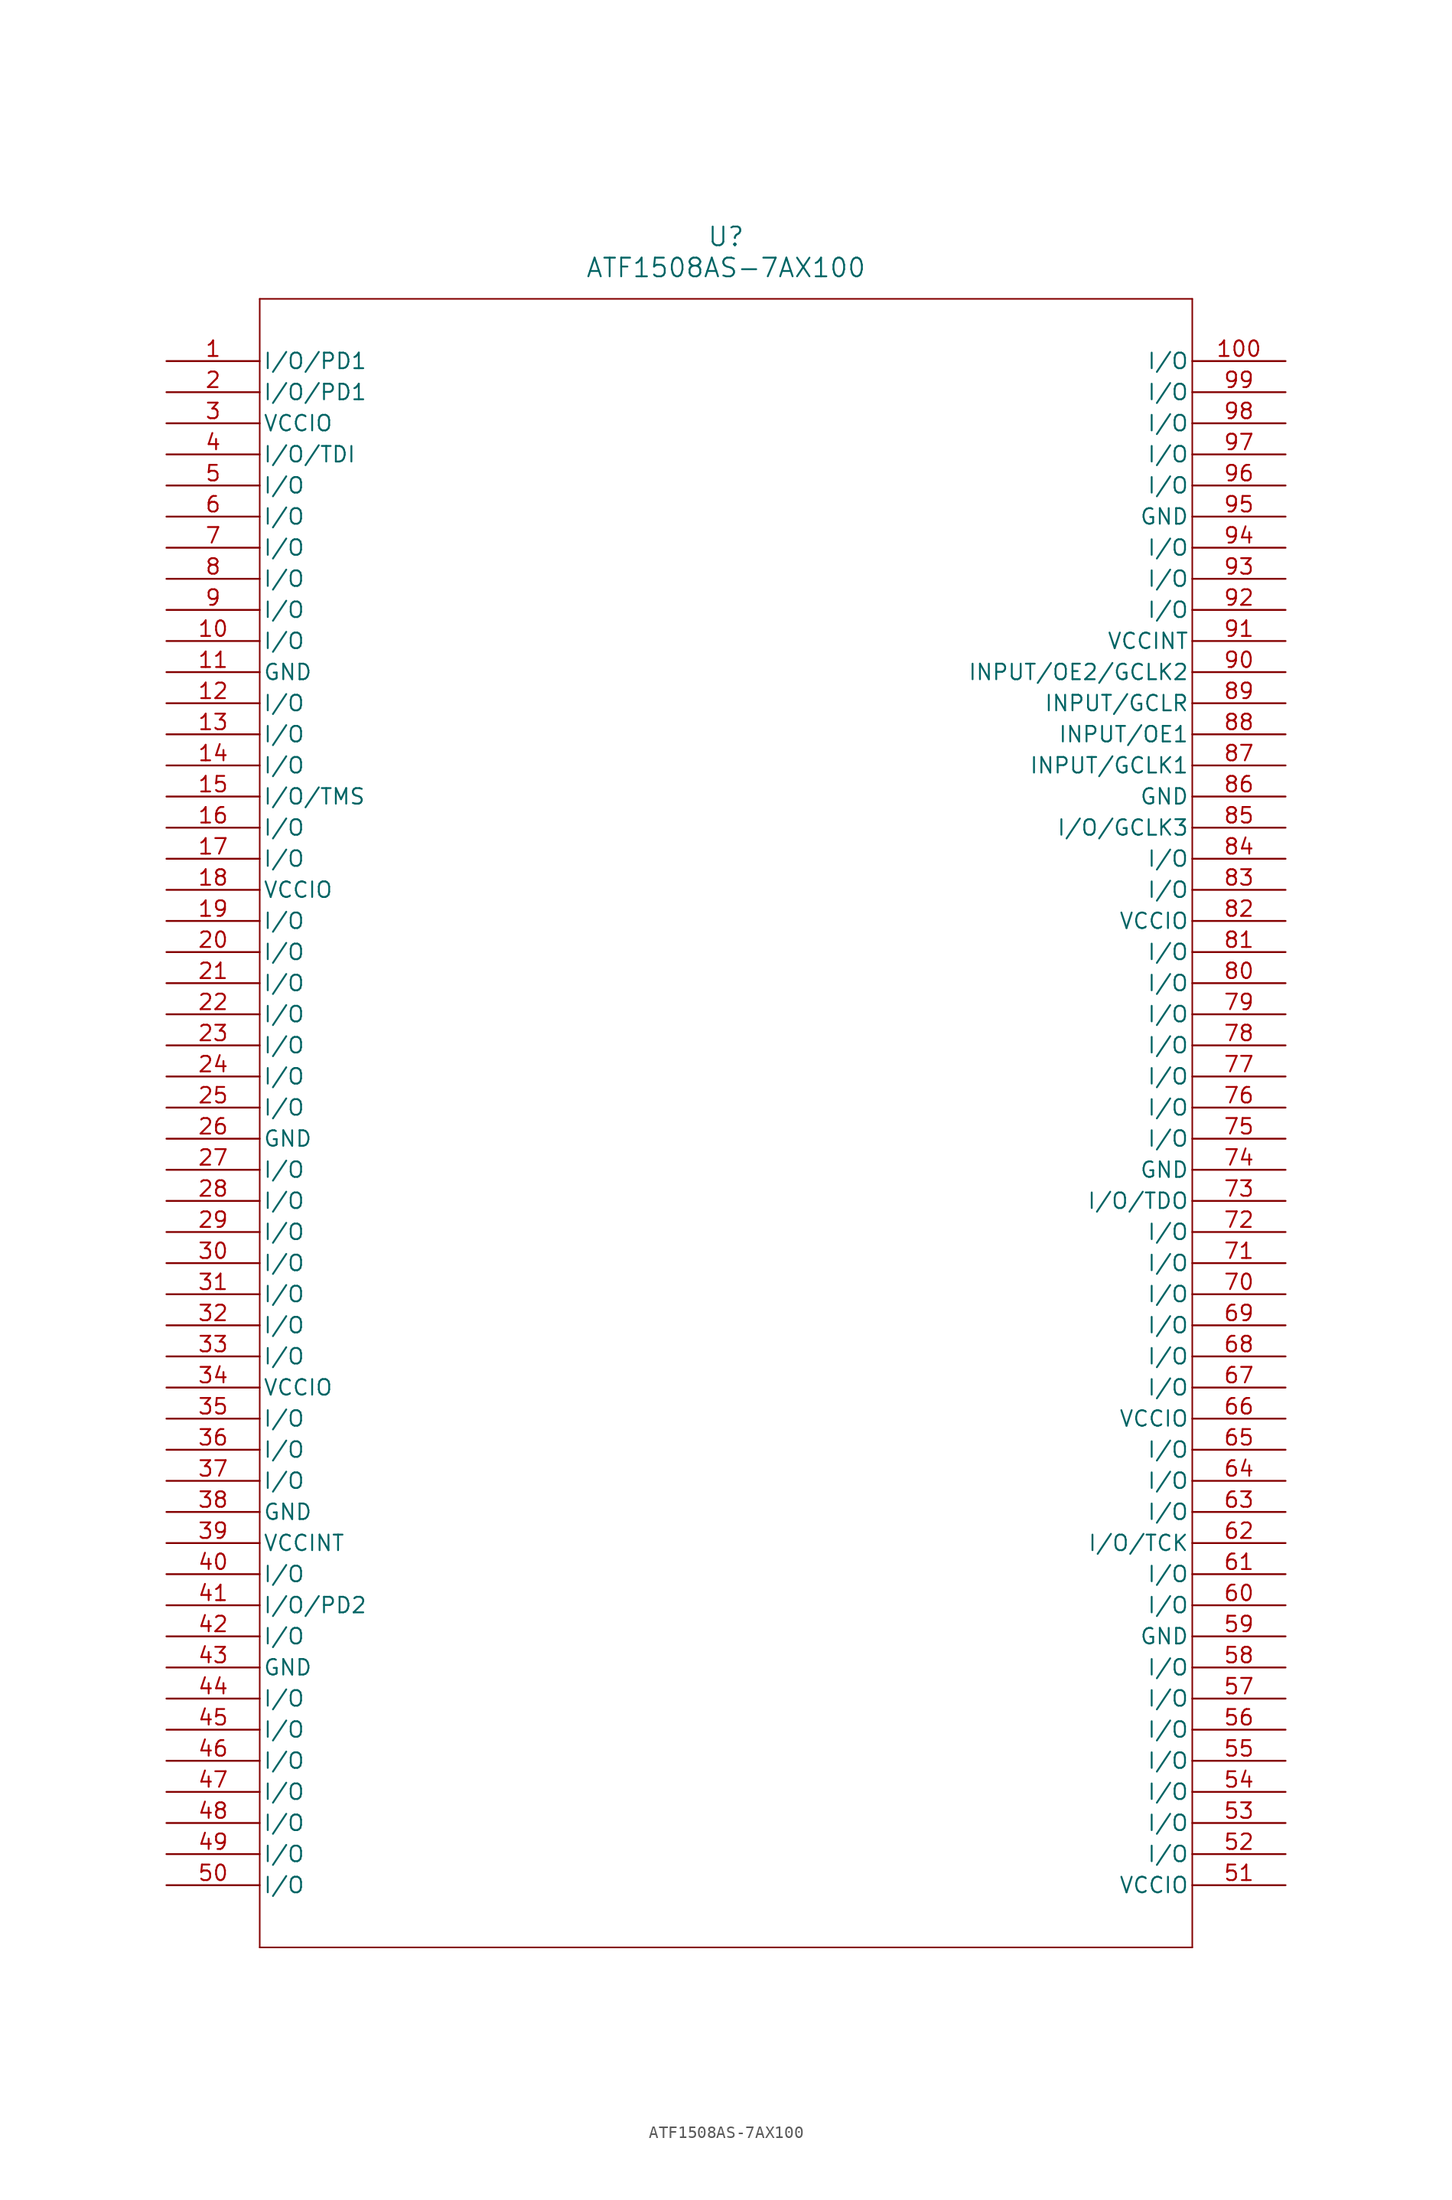
<source format=kicad_sym>
(kicad_symbol_lib
  (version 20241209)
  (generator "kicad_symbol_editor")
  (generator_version "9.0")
  (symbol "ATF1508AS-7AX100"
    (pin_names
      (offset 0.254))
    (property "Reference" "U"
      (at 45.72 10.16 0)
      (effects (font (size 1.524 1.524))))
    (property "Value" "ATF1508AS-7AX100"
      (at 45.72 7.62 0)
      (effects (font (size 1.524 1.524))))
    (property "ki_locked" ""
      (at 0 0 0)
      (effects (font (size 1.27 1.27))))
    (symbol "ATF1508AS-7AX100_0_1"
      (polyline (pts (xy 7.62 5.08) (xy 7.62 -129.54)) (stroke (width 0.127) (type default)) (fill (type none)))
      (polyline (pts (xy 7.62 -129.54) (xy 83.82 -129.54)) (stroke (width 0.127) (type default)) (fill (type none)))
      (polyline (pts (xy 83.82 5.08) (xy 7.62 5.08)) (stroke (width 0.127) (type default)) (fill (type none)))
      (polyline (pts (xy 83.82 -129.54) (xy 83.82 5.08)) (stroke (width 0.127) (type default)) (fill (type none)))
      (pin bidirectional line (at 0 0 0) (length 7.62) (name "I/O/PD1" (effects (font (size 1.27 1.27)))) (number "1" (effects (font (size 1.27 1.27)))))
      (pin bidirectional line (at 0 -2.54 0) (length 7.62) (name "I/O/PD1" (effects (font (size 1.27 1.27)))) (number "2" (effects (font (size 1.27 1.27)))))
      (pin power_in line (at 0 -5.08 0) (length 7.62) (name "VCCIO" (effects (font (size 1.27 1.27)))) (number "3" (effects (font (size 1.27 1.27)))))
      (pin bidirectional line (at 0 -7.62 0) (length 7.62) (name "I/O/TDI" (effects (font (size 1.27 1.27)))) (number "4" (effects (font (size 1.27 1.27)))))
      (pin bidirectional line (at 0 -10.16 0) (length 7.62) (name "I/O" (effects (font (size 1.27 1.27)))) (number "5" (effects (font (size 1.27 1.27)))))
      (pin bidirectional line (at 0 -12.7 0) (length 7.62) (name "I/O" (effects (font (size 1.27 1.27)))) (number "6" (effects (font (size 1.27 1.27)))))
      (pin bidirectional line (at 0 -15.24 0) (length 7.62) (name "I/O" (effects (font (size 1.27 1.27)))) (number "7" (effects (font (size 1.27 1.27)))))
      (pin bidirectional line (at 0 -17.78 0) (length 7.62) (name "I/O" (effects (font (size 1.27 1.27)))) (number "8" (effects (font (size 1.27 1.27)))))
      (pin bidirectional line (at 0 -20.32 0) (length 7.62) (name "I/O" (effects (font (size 1.27 1.27)))) (number "9" (effects (font (size 1.27 1.27)))))
      (pin bidirectional line (at 0 -22.86 0) (length 7.62) (name "I/O" (effects (font (size 1.27 1.27)))) (number "10" (effects (font (size 1.27 1.27)))))
      (pin power_in line (at 0 -25.4 0) (length 7.62) (name "GND" (effects (font (size 1.27 1.27)))) (number "11" (effects (font (size 1.27 1.27)))))
      (pin bidirectional line (at 0 -27.94 0) (length 7.62) (name "I/O" (effects (font (size 1.27 1.27)))) (number "12" (effects (font (size 1.27 1.27)))))
      (pin bidirectional line (at 0 -30.48 0) (length 7.62) (name "I/O" (effects (font (size 1.27 1.27)))) (number "13" (effects (font (size 1.27 1.27)))))
      (pin bidirectional line (at 0 -33.02 0) (length 7.62) (name "I/O" (effects (font (size 1.27 1.27)))) (number "14" (effects (font (size 1.27 1.27)))))
      (pin bidirectional line (at 0 -35.56 0) (length 7.62) (name "I/O/TMS" (effects (font (size 1.27 1.27)))) (number "15" (effects (font (size 1.27 1.27)))))
      (pin bidirectional line (at 0 -38.1 0) (length 7.62) (name "I/O" (effects (font (size 1.27 1.27)))) (number "16" (effects (font (size 1.27 1.27)))))
      (pin bidirectional line (at 0 -40.64 0) (length 7.62) (name "I/O" (effects (font (size 1.27 1.27)))) (number "17" (effects (font (size 1.27 1.27)))))
      (pin power_in line (at 0 -43.18 0) (length 7.62) (name "VCCIO" (effects (font (size 1.27 1.27)))) (number "18" (effects (font (size 1.27 1.27)))))
      (pin bidirectional line (at 0 -45.72 0) (length 7.62) (name "I/O" (effects (font (size 1.27 1.27)))) (number "19" (effects (font (size 1.27 1.27)))))
      (pin bidirectional line (at 0 -48.26 0) (length 7.62) (name "I/O" (effects (font (size 1.27 1.27)))) (number "20" (effects (font (size 1.27 1.27)))))
      (pin bidirectional line (at 0 -50.8 0) (length 7.62) (name "I/O" (effects (font (size 1.27 1.27)))) (number "21" (effects (font (size 1.27 1.27)))))
      (pin bidirectional line (at 0 -53.34 0) (length 7.62) (name "I/O" (effects (font (size 1.27 1.27)))) (number "22" (effects (font (size 1.27 1.27)))))
      (pin bidirectional line (at 0 -55.88 0) (length 7.62) (name "I/O" (effects (font (size 1.27 1.27)))) (number "23" (effects (font (size 1.27 1.27)))))
      (pin bidirectional line (at 0 -58.42 0) (length 7.62) (name "I/O" (effects (font (size 1.27 1.27)))) (number "24" (effects (font (size 1.27 1.27)))))
      (pin bidirectional line (at 0 -60.96 0) (length 7.62) (name "I/O" (effects (font (size 1.27 1.27)))) (number "25" (effects (font (size 1.27 1.27)))))
      (pin power_in line (at 0 -63.5 0) (length 7.62) (name "GND" (effects (font (size 1.27 1.27)))) (number "26" (effects (font (size 1.27 1.27)))))
      (pin bidirectional line (at 0 -66.04 0) (length 7.62) (name "I/O" (effects (font (size 1.27 1.27)))) (number "27" (effects (font (size 1.27 1.27)))))
      (pin bidirectional line (at 0 -68.58 0) (length 7.62) (name "I/O" (effects (font (size 1.27 1.27)))) (number "28" (effects (font (size 1.27 1.27)))))
      (pin bidirectional line (at 0 -71.12 0) (length 7.62) (name "I/O" (effects (font (size 1.27 1.27)))) (number "29" (effects (font (size 1.27 1.27)))))
      (pin bidirectional line (at 0 -73.66 0) (length 7.62) (name "I/O" (effects (font (size 1.27 1.27)))) (number "30" (effects (font (size 1.27 1.27)))))
      (pin bidirectional line (at 0 -76.2 0) (length 7.62) (name "I/O" (effects (font (size 1.27 1.27)))) (number "31" (effects (font (size 1.27 1.27)))))
      (pin bidirectional line (at 0 -78.74 0) (length 7.62) (name "I/O" (effects (font (size 1.27 1.27)))) (number "32" (effects (font (size 1.27 1.27)))))
      (pin bidirectional line (at 0 -81.28 0) (length 7.62) (name "I/O" (effects (font (size 1.27 1.27)))) (number "33" (effects (font (size 1.27 1.27)))))
      (pin power_in line (at 0 -83.82 0) (length 7.62) (name "VCCIO" (effects (font (size 1.27 1.27)))) (number "34" (effects (font (size 1.27 1.27)))))
      (pin bidirectional line (at 0 -86.36 0) (length 7.62) (name "I/O" (effects (font (size 1.27 1.27)))) (number "35" (effects (font (size 1.27 1.27)))))
      (pin bidirectional line (at 0 -88.9 0) (length 7.62) (name "I/O" (effects (font (size 1.27 1.27)))) (number "36" (effects (font (size 1.27 1.27)))))
      (pin bidirectional line (at 0 -91.44 0) (length 7.62) (name "I/O" (effects (font (size 1.27 1.27)))) (number "37" (effects (font (size 1.27 1.27)))))
      (pin power_in line (at 0 -93.98 0) (length 7.62) (name "GND" (effects (font (size 1.27 1.27)))) (number "38" (effects (font (size 1.27 1.27)))))
      (pin power_in line (at 0 -96.52 0) (length 7.62) (name "VCCINT" (effects (font (size 1.27 1.27)))) (number "39" (effects (font (size 1.27 1.27)))))
      (pin bidirectional line (at 0 -99.06 0) (length 7.62) (name "I/O" (effects (font (size 1.27 1.27)))) (number "40" (effects (font (size 1.27 1.27)))))
      (pin bidirectional line (at 0 -101.6 0) (length 7.62) (name "I/O/PD2" (effects (font (size 1.27 1.27)))) (number "41" (effects (font (size 1.27 1.27)))))
      (pin bidirectional line (at 0 -104.14 0) (length 7.62) (name "I/O" (effects (font (size 1.27 1.27)))) (number "42" (effects (font (size 1.27 1.27)))))
      (pin power_in line (at 0 -106.68 0) (length 7.62) (name "GND" (effects (font (size 1.27 1.27)))) (number "43" (effects (font (size 1.27 1.27)))))
      (pin bidirectional line (at 0 -109.22 0) (length 7.62) (name "I/O" (effects (font (size 1.27 1.27)))) (number "44" (effects (font (size 1.27 1.27)))))
      (pin bidirectional line (at 0 -111.76 0) (length 7.62) (name "I/O" (effects (font (size 1.27 1.27)))) (number "45" (effects (font (size 1.27 1.27)))))
      (pin bidirectional line (at 0 -114.3 0) (length 7.62) (name "I/O" (effects (font (size 1.27 1.27)))) (number "46" (effects (font (size 1.27 1.27)))))
      (pin bidirectional line (at 0 -116.84 0) (length 7.62) (name "I/O" (effects (font (size 1.27 1.27)))) (number "47" (effects (font (size 1.27 1.27)))))
      (pin bidirectional line (at 0 -119.38 0) (length 7.62) (name "I/O" (effects (font (size 1.27 1.27)))) (number "48" (effects (font (size 1.27 1.27)))))
      (pin bidirectional line (at 0 -121.92 0) (length 7.62) (name "I/O" (effects (font (size 1.27 1.27)))) (number "49" (effects (font (size 1.27 1.27)))))
      (pin bidirectional line (at 0 -124.46 0) (length 7.62) (name "I/O" (effects (font (size 1.27 1.27)))) (number "50" (effects (font (size 1.27 1.27)))))
      (pin bidirectional line (at 91.44 0 180) (length 7.62) (name "I/O" (effects (font (size 1.27 1.27)))) (number "100" (effects (font (size 1.27 1.27)))))
      (pin bidirectional line (at 91.44 -2.54 180) (length 7.62) (name "I/O" (effects (font (size 1.27 1.27)))) (number "99" (effects (font (size 1.27 1.27)))))
      (pin bidirectional line (at 91.44 -5.08 180) (length 7.62) (name "I/O" (effects (font (size 1.27 1.27)))) (number "98" (effects (font (size 1.27 1.27)))))
      (pin bidirectional line (at 91.44 -7.62 180) (length 7.62) (name "I/O" (effects (font (size 1.27 1.27)))) (number "97" (effects (font (size 1.27 1.27)))))
      (pin bidirectional line (at 91.44 -10.16 180) (length 7.62) (name "I/O" (effects (font (size 1.27 1.27)))) (number "96" (effects (font (size 1.27 1.27)))))
      (pin power_in line (at 91.44 -12.7 180) (length 7.62) (name "GND" (effects (font (size 1.27 1.27)))) (number "95" (effects (font (size 1.27 1.27)))))
      (pin bidirectional line (at 91.44 -15.24 180) (length 7.62) (name "I/O" (effects (font (size 1.27 1.27)))) (number "94" (effects (font (size 1.27 1.27)))))
      (pin bidirectional line (at 91.44 -17.78 180) (length 7.62) (name "I/O" (effects (font (size 1.27 1.27)))) (number "93" (effects (font (size 1.27 1.27)))))
      (pin bidirectional line (at 91.44 -20.32 180) (length 7.62) (name "I/O" (effects (font (size 1.27 1.27)))) (number "92" (effects (font (size 1.27 1.27)))))
      (pin power_in line (at 91.44 -22.86 180) (length 7.62) (name "VCCINT" (effects (font (size 1.27 1.27)))) (number "91" (effects (font (size 1.27 1.27)))))
      (pin bidirectional line (at 91.44 -25.4 180) (length 7.62) (name "INPUT/OE2/GCLK2" (effects (font (size 1.27 1.27)))) (number "90" (effects (font (size 1.27 1.27)))))
      (pin bidirectional line (at 91.44 -27.94 180) (length 7.62) (name "INPUT/GCLR" (effects (font (size 1.27 1.27)))) (number "89" (effects (font (size 1.27 1.27)))))
      (pin bidirectional line (at 91.44 -30.48 180) (length 7.62) (name "INPUT/OE1" (effects (font (size 1.27 1.27)))) (number "88" (effects (font (size 1.27 1.27)))))
      (pin bidirectional line (at 91.44 -33.02 180) (length 7.62) (name "INPUT/GCLK1" (effects (font (size 1.27 1.27)))) (number "87" (effects (font (size 1.27 1.27)))))
      (pin power_in line (at 91.44 -35.56 180) (length 7.62) (name "GND" (effects (font (size 1.27 1.27)))) (number "86" (effects (font (size 1.27 1.27)))))
      (pin bidirectional line (at 91.44 -38.1 180) (length 7.62) (name "I/O/GCLK3" (effects (font (size 1.27 1.27)))) (number "85" (effects (font (size 1.27 1.27)))))
      (pin bidirectional line (at 91.44 -40.64 180) (length 7.62) (name "I/O" (effects (font (size 1.27 1.27)))) (number "84" (effects (font (size 1.27 1.27)))))
      (pin bidirectional line (at 91.44 -43.18 180) (length 7.62) (name "I/O" (effects (font (size 1.27 1.27)))) (number "83" (effects (font (size 1.27 1.27)))))
      (pin power_in line (at 91.44 -45.72 180) (length 7.62) (name "VCCIO" (effects (font (size 1.27 1.27)))) (number "82" (effects (font (size 1.27 1.27)))))
      (pin bidirectional line (at 91.44 -48.26 180) (length 7.62) (name "I/O" (effects (font (size 1.27 1.27)))) (number "81" (effects (font (size 1.27 1.27)))))
      (pin bidirectional line (at 91.44 -50.8 180) (length 7.62) (name "I/O" (effects (font (size 1.27 1.27)))) (number "80" (effects (font (size 1.27 1.27)))))
      (pin bidirectional line (at 91.44 -53.34 180) (length 7.62) (name "I/O" (effects (font (size 1.27 1.27)))) (number "79" (effects (font (size 1.27 1.27)))))
      (pin bidirectional line (at 91.44 -55.88 180) (length 7.62) (name "I/O" (effects (font (size 1.27 1.27)))) (number "78" (effects (font (size 1.27 1.27)))))
      (pin bidirectional line (at 91.44 -58.42 180) (length 7.62) (name "I/O" (effects (font (size 1.27 1.27)))) (number "77" (effects (font (size 1.27 1.27)))))
      (pin bidirectional line (at 91.44 -60.96 180) (length 7.62) (name "I/O" (effects (font (size 1.27 1.27)))) (number "76" (effects (font (size 1.27 1.27)))))
      (pin bidirectional line (at 91.44 -63.5 180) (length 7.62) (name "I/O" (effects (font (size 1.27 1.27)))) (number "75" (effects (font (size 1.27 1.27)))))
      (pin power_in line (at 91.44 -66.04 180) (length 7.62) (name "GND" (effects (font (size 1.27 1.27)))) (number "74" (effects (font (size 1.27 1.27)))))
      (pin bidirectional line (at 91.44 -68.58 180) (length 7.62) (name "I/O/TDO" (effects (font (size 1.27 1.27)))) (number "73" (effects (font (size 1.27 1.27)))))
      (pin bidirectional line (at 91.44 -71.12 180) (length 7.62) (name "I/O" (effects (font (size 1.27 1.27)))) (number "72" (effects (font (size 1.27 1.27)))))
      (pin bidirectional line (at 91.44 -73.66 180) (length 7.62) (name "I/O" (effects (font (size 1.27 1.27)))) (number "71" (effects (font (size 1.27 1.27)))))
      (pin bidirectional line (at 91.44 -76.2 180) (length 7.62) (name "I/O" (effects (font (size 1.27 1.27)))) (number "70" (effects (font (size 1.27 1.27)))))
      (pin bidirectional line (at 91.44 -78.74 180) (length 7.62) (name "I/O" (effects (font (size 1.27 1.27)))) (number "69" (effects (font (size 1.27 1.27)))))
      (pin bidirectional line (at 91.44 -81.28 180) (length 7.62) (name "I/O" (effects (font (size 1.27 1.27)))) (number "68" (effects (font (size 1.27 1.27)))))
      (pin bidirectional line (at 91.44 -83.82 180) (length 7.62) (name "I/O" (effects (font (size 1.27 1.27)))) (number "67" (effects (font (size 1.27 1.27)))))
      (pin power_in line (at 91.44 -86.36 180) (length 7.62) (name "VCCIO" (effects (font (size 1.27 1.27)))) (number "66" (effects (font (size 1.27 1.27)))))
      (pin bidirectional line (at 91.44 -88.9 180) (length 7.62) (name "I/O" (effects (font (size 1.27 1.27)))) (number "65" (effects (font (size 1.27 1.27)))))
      (pin bidirectional line (at 91.44 -91.44 180) (length 7.62) (name "I/O" (effects (font (size 1.27 1.27)))) (number "64" (effects (font (size 1.27 1.27)))))
      (pin bidirectional line (at 91.44 -93.98 180) (length 7.62) (name "I/O" (effects (font (size 1.27 1.27)))) (number "63" (effects (font (size 1.27 1.27)))))
      (pin bidirectional line (at 91.44 -96.52 180) (length 7.62) (name "I/O/TCK" (effects (font (size 1.27 1.27)))) (number "62" (effects (font (size 1.27 1.27)))))
      (pin bidirectional line (at 91.44 -99.06 180) (length 7.62) (name "I/O" (effects (font (size 1.27 1.27)))) (number "61" (effects (font (size 1.27 1.27)))))
      (pin bidirectional line (at 91.44 -101.6 180) (length 7.62) (name "I/O" (effects (font (size 1.27 1.27)))) (number "60" (effects (font (size 1.27 1.27)))))
      (pin power_in line (at 91.44 -104.14 180) (length 7.62) (name "GND" (effects (font (size 1.27 1.27)))) (number "59" (effects (font (size 1.27 1.27)))))
      (pin bidirectional line (at 91.44 -106.68 180) (length 7.62) (name "I/O" (effects (font (size 1.27 1.27)))) (number "58" (effects (font (size 1.27 1.27)))))
      (pin bidirectional line (at 91.44 -109.22 180) (length 7.62) (name "I/O" (effects (font (size 1.27 1.27)))) (number "57" (effects (font (size 1.27 1.27)))))
      (pin bidirectional line (at 91.44 -111.76 180) (length 7.62) (name "I/O" (effects (font (size 1.27 1.27)))) (number "56" (effects (font (size 1.27 1.27)))))
      (pin bidirectional line (at 91.44 -114.3 180) (length 7.62) (name "I/O" (effects (font (size 1.27 1.27)))) (number "55" (effects (font (size 1.27 1.27)))))
      (pin bidirectional line (at 91.44 -116.84 180) (length 7.62) (name "I/O" (effects (font (size 1.27 1.27)))) (number "54" (effects (font (size 1.27 1.27)))))
      (pin bidirectional line (at 91.44 -119.38 180) (length 7.62) (name "I/O" (effects (font (size 1.27 1.27)))) (number "53" (effects (font (size 1.27 1.27)))))
      (pin bidirectional line (at 91.44 -121.92 180) (length 7.62) (name "I/O" (effects (font (size 1.27 1.27)))) (number "52" (effects (font (size 1.27 1.27)))))
      (pin power_in line (at 91.44 -124.46 180) (length 7.62) (name "VCCIO" (effects (font (size 1.27 1.27)))) (number "51" (effects (font (size 1.27 1.27))))))))
</source>
